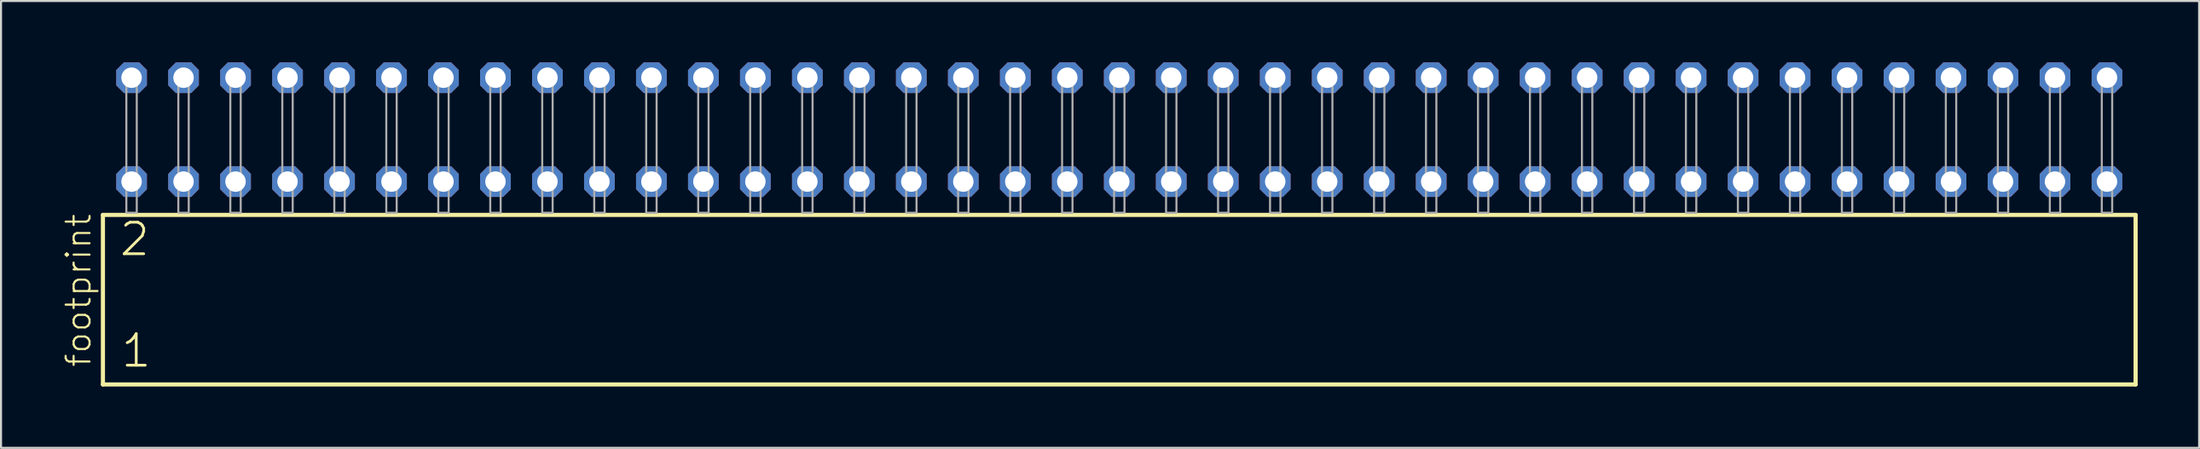
<source format=kicad_pcb>
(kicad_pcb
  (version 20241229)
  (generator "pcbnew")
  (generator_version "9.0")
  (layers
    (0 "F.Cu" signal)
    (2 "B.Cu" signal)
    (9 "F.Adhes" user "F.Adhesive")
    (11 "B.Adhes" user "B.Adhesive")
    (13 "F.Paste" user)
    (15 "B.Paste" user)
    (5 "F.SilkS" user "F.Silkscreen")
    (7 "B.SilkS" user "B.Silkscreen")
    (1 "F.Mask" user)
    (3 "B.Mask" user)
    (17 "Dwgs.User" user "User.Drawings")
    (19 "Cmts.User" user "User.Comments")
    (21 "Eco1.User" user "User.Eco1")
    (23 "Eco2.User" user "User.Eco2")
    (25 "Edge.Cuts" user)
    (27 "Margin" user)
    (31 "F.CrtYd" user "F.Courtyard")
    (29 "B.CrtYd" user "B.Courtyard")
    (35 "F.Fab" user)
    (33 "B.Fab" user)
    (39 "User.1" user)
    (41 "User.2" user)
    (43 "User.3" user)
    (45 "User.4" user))
  (footprint "footprint"
    (layer "F.Cu")
    (at 51.638 7.354)
    (property "Reference" "footprint" (at -50.165 7.62 90) (layer "F.SilkS") (effects (font (size 1.168 1.168) (thickness 0.102)) (justify left bottom)))
    (fp_line (start -49.659 0.106) (end -49.659 8.396) (stroke (width 0.203) (type solid)) (layer "F.SilkS"))
    (fp_line (start -49.659 8.396) (end 49.659 8.396) (stroke (width 0.203) (type solid)) (layer "F.SilkS"))
    (fp_line (start 49.659 0.106) (end -49.659 0.106) (stroke (width 0.203) (type solid)) (layer "F.SilkS"))
    (fp_line (start 49.659 8.396) (end 49.659 0.106) (stroke (width 0.203) (type solid)) (layer "F.SilkS"))
    (fp_poly (pts (xy -48.514 0) (xy -48.006 0) (xy -48.006 -6.858) (xy -48.514 -6.858)) (stroke (width 0.1) (type solid)) (fill no) (layer "F.Fab"))
    (fp_poly (pts (xy -45.974 0) (xy -45.466 0) (xy -45.466 -6.858) (xy -45.974 -6.858)) (stroke (width 0.1) (type solid)) (fill no) (layer "F.Fab"))
    (fp_poly (pts (xy -43.434 0) (xy -42.926 0) (xy -42.926 -6.858) (xy -43.434 -6.858)) (stroke (width 0.1) (type solid)) (fill no) (layer "F.Fab"))
    (fp_poly (pts (xy -40.894 0) (xy -40.386 0) (xy -40.386 -6.858) (xy -40.894 -6.858)) (stroke (width 0.1) (type solid)) (fill no) (layer "F.Fab"))
    (fp_poly (pts (xy -38.354 0) (xy -37.846 0) (xy -37.846 -6.858) (xy -38.354 -6.858)) (stroke (width 0.1) (type solid)) (fill no) (layer "F.Fab"))
    (fp_poly (pts (xy -35.814 0) (xy -35.306 0) (xy -35.306 -6.858) (xy -35.814 -6.858)) (stroke (width 0.1) (type solid)) (fill no) (layer "F.Fab"))
    (fp_poly (pts (xy -33.274 0) (xy -32.766 0) (xy -32.766 -6.858) (xy -33.274 -6.858)) (stroke (width 0.1) (type solid)) (fill no) (layer "F.Fab"))
    (fp_poly (pts (xy -30.734 0) (xy -30.226 0) (xy -30.226 -6.858) (xy -30.734 -6.858)) (stroke (width 0.1) (type solid)) (fill no) (layer "F.Fab"))
    (fp_poly (pts (xy -28.194 0) (xy -27.686 0) (xy -27.686 -6.858) (xy -28.194 -6.858)) (stroke (width 0.1) (type solid)) (fill no) (layer "F.Fab"))
    (fp_poly (pts (xy -25.654 0) (xy -25.146 0) (xy -25.146 -6.858) (xy -25.654 -6.858)) (stroke (width 0.1) (type solid)) (fill no) (layer "F.Fab"))
    (fp_poly (pts (xy -23.114 0) (xy -22.606 0) (xy -22.606 -6.858) (xy -23.114 -6.858)) (stroke (width 0.1) (type solid)) (fill no) (layer "F.Fab"))
    (fp_poly (pts (xy -20.574 0) (xy -20.066 0) (xy -20.066 -6.858) (xy -20.574 -6.858)) (stroke (width 0.1) (type solid)) (fill no) (layer "F.Fab"))
    (fp_poly (pts (xy -18.034 0) (xy -17.526 0) (xy -17.526 -6.858) (xy -18.034 -6.858)) (stroke (width 0.1) (type solid)) (fill no) (layer "F.Fab"))
    (fp_poly (pts (xy -15.494 0) (xy -14.986 0) (xy -14.986 -6.858) (xy -15.494 -6.858)) (stroke (width 0.1) (type solid)) (fill no) (layer "F.Fab"))
    (fp_poly (pts (xy -12.954 0) (xy -12.446 0) (xy -12.446 -6.858) (xy -12.954 -6.858)) (stroke (width 0.1) (type solid)) (fill no) (layer "F.Fab"))
    (fp_poly (pts (xy -10.414 0) (xy -9.906 0) (xy -9.906 -6.858) (xy -10.414 -6.858)) (stroke (width 0.1) (type solid)) (fill no) (layer "F.Fab"))
    (fp_poly (pts (xy -7.874 0) (xy -7.366 0) (xy -7.366 -6.858) (xy -7.874 -6.858)) (stroke (width 0.1) (type solid)) (fill no) (layer "F.Fab"))
    (fp_poly (pts (xy -5.334 0) (xy -4.826 0) (xy -4.826 -6.858) (xy -5.334 -6.858)) (stroke (width 0.1) (type solid)) (fill no) (layer "F.Fab"))
    (fp_poly (pts (xy -2.794 0) (xy -2.286 0) (xy -2.286 -6.858) (xy -2.794 -6.858)) (stroke (width 0.1) (type solid)) (fill no) (layer "F.Fab"))
    (fp_poly (pts (xy -0.254 0) (xy 0.254 0) (xy 0.254 -6.858) (xy -0.254 -6.858)) (stroke (width 0.1) (type solid)) (fill no) (layer "F.Fab"))
    (fp_poly (pts (xy 2.286 0) (xy 2.794 0) (xy 2.794 -6.858) (xy 2.286 -6.858)) (stroke (width 0.1) (type solid)) (fill no) (layer "F.Fab"))
    (fp_poly (pts (xy 4.826 0) (xy 5.334 0) (xy 5.334 -6.858) (xy 4.826 -6.858)) (stroke (width 0.1) (type solid)) (fill no) (layer "F.Fab"))
    (fp_poly (pts (xy 7.366 0) (xy 7.874 0) (xy 7.874 -6.858) (xy 7.366 -6.858)) (stroke (width 0.1) (type solid)) (fill no) (layer "F.Fab"))
    (fp_poly (pts (xy 9.906 0) (xy 10.414 0) (xy 10.414 -6.858) (xy 9.906 -6.858)) (stroke (width 0.1) (type solid)) (fill no) (layer "F.Fab"))
    (fp_poly (pts (xy 12.446 0) (xy 12.954 0) (xy 12.954 -6.858) (xy 12.446 -6.858)) (stroke (width 0.1) (type solid)) (fill no) (layer "F.Fab"))
    (fp_poly (pts (xy 14.986 0) (xy 15.494 0) (xy 15.494 -6.858) (xy 14.986 -6.858)) (stroke (width 0.1) (type solid)) (fill no) (layer "F.Fab"))
    (fp_poly (pts (xy 17.526 0) (xy 18.034 0) (xy 18.034 -6.858) (xy 17.526 -6.858)) (stroke (width 0.1) (type solid)) (fill no) (layer "F.Fab"))
    (fp_poly (pts (xy 20.066 0) (xy 20.574 0) (xy 20.574 -6.858) (xy 20.066 -6.858)) (stroke (width 0.1) (type solid)) (fill no) (layer "F.Fab"))
    (fp_poly (pts (xy 22.606 0) (xy 23.114 0) (xy 23.114 -6.858) (xy 22.606 -6.858)) (stroke (width 0.1) (type solid)) (fill no) (layer "F.Fab"))
    (fp_poly (pts (xy 25.146 0) (xy 25.654 0) (xy 25.654 -6.858) (xy 25.146 -6.858)) (stroke (width 0.1) (type solid)) (fill no) (layer "F.Fab"))
    (fp_poly (pts (xy 27.686 0) (xy 28.194 0) (xy 28.194 -6.858) (xy 27.686 -6.858)) (stroke (width 0.1) (type solid)) (fill no) (layer "F.Fab"))
    (fp_poly (pts (xy 30.226 0) (xy 30.734 0) (xy 30.734 -6.858) (xy 30.226 -6.858)) (stroke (width 0.1) (type solid)) (fill no) (layer "F.Fab"))
    (fp_poly (pts (xy 32.766 0) (xy 33.274 0) (xy 33.274 -6.858) (xy 32.766 -6.858)) (stroke (width 0.1) (type solid)) (fill no) (layer "F.Fab"))
    (fp_poly (pts (xy 35.306 0) (xy 35.814 0) (xy 35.814 -6.858) (xy 35.306 -6.858)) (stroke (width 0.1) (type solid)) (fill no) (layer "F.Fab"))
    (fp_poly (pts (xy 37.846 0) (xy 38.354 0) (xy 38.354 -6.858) (xy 37.846 -6.858)) (stroke (width 0.1) (type solid)) (fill no) (layer "F.Fab"))
    (fp_poly (pts (xy 40.386 0) (xy 40.894 0) (xy 40.894 -6.858) (xy 40.386 -6.858)) (stroke (width 0.1) (type solid)) (fill no) (layer "F.Fab"))
    (fp_poly (pts (xy 42.926 0) (xy 43.434 0) (xy 43.434 -6.858) (xy 42.926 -6.858)) (stroke (width 0.1) (type solid)) (fill no) (layer "F.Fab"))
    (fp_poly (pts (xy 45.466 0) (xy 45.974 0) (xy 45.974 -6.858) (xy 45.466 -6.858)) (stroke (width 0.1) (type solid)) (fill no) (layer "F.Fab"))
    (fp_poly (pts (xy 48.006 0) (xy 48.514 0) (xy 48.514 -6.858) (xy 48.006 -6.858)) (stroke (width 0.1) (type solid)) (fill no) (layer "F.Fab"))
    (fp_text user "1" (at -48.855 7.65 0) (layer "F.SilkS") (effects (font (size 1.542 1.542) (thickness 0.134)) (justify left bottom)))
    (fp_text user "2" (at -48.93 2.2 0) (layer "F.SilkS") (effects (font (size 1.542 1.542) (thickness 0.134)) (justify left bottom)))
    (pad "1" thru_hole roundrect (at -48.26 -1.524) (size 1.5 1.5) (drill 1) (layers "*.Cu" "*.Mask") (roundrect_rratio 0.25) (chamfer_ratio 0.25) (chamfer top_left top_right bottom_left bottom_right))
    (pad "2" thru_hole roundrect (at -48.26 -6.604) (size 1.5 1.5) (drill 1) (layers "*.Cu" "*.Mask") (roundrect_rratio 0.25) (chamfer_ratio 0.25) (chamfer top_left top_right bottom_left bottom_right))
    (pad "3" thru_hole roundrect (at -45.72 -1.524) (size 1.5 1.5) (drill 1) (layers "*.Cu" "*.Mask") (roundrect_rratio 0.25) (chamfer_ratio 0.25) (chamfer top_left top_right bottom_left bottom_right))
    (pad "4" thru_hole roundrect (at -45.72 -6.604) (size 1.5 1.5) (drill 1) (layers "*.Cu" "*.Mask") (roundrect_rratio 0.25) (chamfer_ratio 0.25) (chamfer top_left top_right bottom_left bottom_right))
    (pad "5" thru_hole roundrect (at -43.18 -1.524) (size 1.5 1.5) (drill 1) (layers "*.Cu" "*.Mask") (roundrect_rratio 0.25) (chamfer_ratio 0.25) (chamfer top_left top_right bottom_left bottom_right))
    (pad "6" thru_hole roundrect (at -43.18 -6.604) (size 1.5 1.5) (drill 1) (layers "*.Cu" "*.Mask") (roundrect_rratio 0.25) (chamfer_ratio 0.25) (chamfer top_left top_right bottom_left bottom_right))
    (pad "7" thru_hole roundrect (at -40.64 -1.524) (size 1.5 1.5) (drill 1) (layers "*.Cu" "*.Mask") (roundrect_rratio 0.25) (chamfer_ratio 0.25) (chamfer top_left top_right bottom_left bottom_right))
    (pad "8" thru_hole roundrect (at -40.64 -6.604) (size 1.5 1.5) (drill 1) (layers "*.Cu" "*.Mask") (roundrect_rratio 0.25) (chamfer_ratio 0.25) (chamfer top_left top_right bottom_left bottom_right))
    (pad "9" thru_hole roundrect (at -38.1 -1.524) (size 1.5 1.5) (drill 1) (layers "*.Cu" "*.Mask") (roundrect_rratio 0.25) (chamfer_ratio 0.25) (chamfer top_left top_right bottom_left bottom_right))
    (pad "10" thru_hole roundrect (at -38.1 -6.604) (size 1.5 1.5) (drill 1) (layers "*.Cu" "*.Mask") (roundrect_rratio 0.25) (chamfer_ratio 0.25) (chamfer top_left top_right bottom_left bottom_right))
    (pad "11" thru_hole roundrect (at -35.56 -1.524) (size 1.5 1.5) (drill 1) (layers "*.Cu" "*.Mask") (roundrect_rratio 0.25) (chamfer_ratio 0.25) (chamfer top_left top_right bottom_left bottom_right))
    (pad "12" thru_hole roundrect (at -35.56 -6.604) (size 1.5 1.5) (drill 1) (layers "*.Cu" "*.Mask") (roundrect_rratio 0.25) (chamfer_ratio 0.25) (chamfer top_left top_right bottom_left bottom_right))
    (pad "13" thru_hole roundrect (at -33.02 -1.524) (size 1.5 1.5) (drill 1) (layers "*.Cu" "*.Mask") (roundrect_rratio 0.25) (chamfer_ratio 0.25) (chamfer top_left top_right bottom_left bottom_right))
    (pad "14" thru_hole roundrect (at -33.02 -6.604) (size 1.5 1.5) (drill 1) (layers "*.Cu" "*.Mask") (roundrect_rratio 0.25) (chamfer_ratio 0.25) (chamfer top_left top_right bottom_left bottom_right))
    (pad "15" thru_hole roundrect (at -30.48 -1.524) (size 1.5 1.5) (drill 1) (layers "*.Cu" "*.Mask") (roundrect_rratio 0.25) (chamfer_ratio 0.25) (chamfer top_left top_right bottom_left bottom_right))
    (pad "16" thru_hole roundrect (at -30.48 -6.604) (size 1.5 1.5) (drill 1) (layers "*.Cu" "*.Mask") (roundrect_rratio 0.25) (chamfer_ratio 0.25) (chamfer top_left top_right bottom_left bottom_right))
    (pad "17" thru_hole roundrect (at -27.94 -1.524) (size 1.5 1.5) (drill 1) (layers "*.Cu" "*.Mask") (roundrect_rratio 0.25) (chamfer_ratio 0.25) (chamfer top_left top_right bottom_left bottom_right))
    (pad "18" thru_hole roundrect (at -27.94 -6.604) (size 1.5 1.5) (drill 1) (layers "*.Cu" "*.Mask") (roundrect_rratio 0.25) (chamfer_ratio 0.25) (chamfer top_left top_right bottom_left bottom_right))
    (pad "19" thru_hole roundrect (at -25.4 -1.524) (size 1.5 1.5) (drill 1) (layers "*.Cu" "*.Mask") (roundrect_rratio 0.25) (chamfer_ratio 0.25) (chamfer top_left top_right bottom_left bottom_right))
    (pad "20" thru_hole roundrect (at -25.4 -6.604) (size 1.5 1.5) (drill 1) (layers "*.Cu" "*.Mask") (roundrect_rratio 0.25) (chamfer_ratio 0.25) (chamfer top_left top_right bottom_left bottom_right))
    (pad "21" thru_hole roundrect (at -22.86 -1.524) (size 1.5 1.5) (drill 1) (layers "*.Cu" "*.Mask") (roundrect_rratio 0.25) (chamfer_ratio 0.25) (chamfer top_left top_right bottom_left bottom_right))
    (pad "22" thru_hole roundrect (at -22.86 -6.604) (size 1.5 1.5) (drill 1) (layers "*.Cu" "*.Mask") (roundrect_rratio 0.25) (chamfer_ratio 0.25) (chamfer top_left top_right bottom_left bottom_right))
    (pad "23" thru_hole roundrect (at -20.32 -1.524) (size 1.5 1.5) (drill 1) (layers "*.Cu" "*.Mask") (roundrect_rratio 0.25) (chamfer_ratio 0.25) (chamfer top_left top_right bottom_left bottom_right))
    (pad "24" thru_hole roundrect (at -20.32 -6.604) (size 1.5 1.5) (drill 1) (layers "*.Cu" "*.Mask") (roundrect_rratio 0.25) (chamfer_ratio 0.25) (chamfer top_left top_right bottom_left bottom_right))
    (pad "25" thru_hole roundrect (at -17.78 -1.524) (size 1.5 1.5) (drill 1) (layers "*.Cu" "*.Mask") (roundrect_rratio 0.25) (chamfer_ratio 0.25) (chamfer top_left top_right bottom_left bottom_right))
    (pad "26" thru_hole roundrect (at -17.78 -6.604) (size 1.5 1.5) (drill 1) (layers "*.Cu" "*.Mask") (roundrect_rratio 0.25) (chamfer_ratio 0.25) (chamfer top_left top_right bottom_left bottom_right))
    (pad "27" thru_hole roundrect (at -15.24 -1.524) (size 1.5 1.5) (drill 1) (layers "*.Cu" "*.Mask") (roundrect_rratio 0.25) (chamfer_ratio 0.25) (chamfer top_left top_right bottom_left bottom_right))
    (pad "28" thru_hole roundrect (at -15.24 -6.604) (size 1.5 1.5) (drill 1) (layers "*.Cu" "*.Mask") (roundrect_rratio 0.25) (chamfer_ratio 0.25) (chamfer top_left top_right bottom_left bottom_right))
    (pad "29" thru_hole roundrect (at -12.7 -1.524) (size 1.5 1.5) (drill 1) (layers "*.Cu" "*.Mask") (roundrect_rratio 0.25) (chamfer_ratio 0.25) (chamfer top_left top_right bottom_left bottom_right))
    (pad "30" thru_hole roundrect (at -12.7 -6.604) (size 1.5 1.5) (drill 1) (layers "*.Cu" "*.Mask") (roundrect_rratio 0.25) (chamfer_ratio 0.25) (chamfer top_left top_right bottom_left bottom_right))
    (pad "31" thru_hole roundrect (at -10.16 -1.524) (size 1.5 1.5) (drill 1) (layers "*.Cu" "*.Mask") (roundrect_rratio 0.25) (chamfer_ratio 0.25) (chamfer top_left top_right bottom_left bottom_right))
    (pad "32" thru_hole roundrect (at -10.16 -6.604) (size 1.5 1.5) (drill 1) (layers "*.Cu" "*.Mask") (roundrect_rratio 0.25) (chamfer_ratio 0.25) (chamfer top_left top_right bottom_left bottom_right))
    (pad "33" thru_hole roundrect (at -7.62 -1.524) (size 1.5 1.5) (drill 1) (layers "*.Cu" "*.Mask") (roundrect_rratio 0.25) (chamfer_ratio 0.25) (chamfer top_left top_right bottom_left bottom_right))
    (pad "34" thru_hole roundrect (at -7.62 -6.604) (size 1.5 1.5) (drill 1) (layers "*.Cu" "*.Mask") (roundrect_rratio 0.25) (chamfer_ratio 0.25) (chamfer top_left top_right bottom_left bottom_right))
    (pad "35" thru_hole roundrect (at -5.08 -1.524) (size 1.5 1.5) (drill 1) (layers "*.Cu" "*.Mask") (roundrect_rratio 0.25) (chamfer_ratio 0.25) (chamfer top_left top_right bottom_left bottom_right))
    (pad "36" thru_hole roundrect (at -5.08 -6.604) (size 1.5 1.5) (drill 1) (layers "*.Cu" "*.Mask") (roundrect_rratio 0.25) (chamfer_ratio 0.25) (chamfer top_left top_right bottom_left bottom_right))
    (pad "37" thru_hole roundrect (at -2.54 -1.524) (size 1.5 1.5) (drill 1) (layers "*.Cu" "*.Mask") (roundrect_rratio 0.25) (chamfer_ratio 0.25) (chamfer top_left top_right bottom_left bottom_right))
    (pad "38" thru_hole roundrect (at -2.54 -6.604) (size 1.5 1.5) (drill 1) (layers "*.Cu" "*.Mask") (roundrect_rratio 0.25) (chamfer_ratio 0.25) (chamfer top_left top_right bottom_left bottom_right))
    (pad "39" thru_hole roundrect (at 0 -1.524) (size 1.5 1.5) (drill 1) (layers "*.Cu" "*.Mask") (roundrect_rratio 0.25) (chamfer_ratio 0.25) (chamfer top_left top_right bottom_left bottom_right))
    (pad "40" thru_hole roundrect (at 0 -6.604) (size 1.5 1.5) (drill 1) (layers "*.Cu" "*.Mask") (roundrect_rratio 0.25) (chamfer_ratio 0.25) (chamfer top_left top_right bottom_left bottom_right))
    (pad "41" thru_hole roundrect (at 2.54 -1.524) (size 1.5 1.5) (drill 1) (layers "*.Cu" "*.Mask") (roundrect_rratio 0.25) (chamfer_ratio 0.25) (chamfer top_left top_right bottom_left bottom_right))
    (pad "42" thru_hole roundrect (at 2.54 -6.604) (size 1.5 1.5) (drill 1) (layers "*.Cu" "*.Mask") (roundrect_rratio 0.25) (chamfer_ratio 0.25) (chamfer top_left top_right bottom_left bottom_right))
    (pad "43" thru_hole roundrect (at 5.08 -1.524) (size 1.5 1.5) (drill 1) (layers "*.Cu" "*.Mask") (roundrect_rratio 0.25) (chamfer_ratio 0.25) (chamfer top_left top_right bottom_left bottom_right))
    (pad "44" thru_hole roundrect (at 5.08 -6.604) (size 1.5 1.5) (drill 1) (layers "*.Cu" "*.Mask") (roundrect_rratio 0.25) (chamfer_ratio 0.25) (chamfer top_left top_right bottom_left bottom_right))
    (pad "45" thru_hole roundrect (at 7.62 -1.524) (size 1.5 1.5) (drill 1) (layers "*.Cu" "*.Mask") (roundrect_rratio 0.25) (chamfer_ratio 0.25) (chamfer top_left top_right bottom_left bottom_right))
    (pad "46" thru_hole roundrect (at 7.62 -6.604) (size 1.5 1.5) (drill 1) (layers "*.Cu" "*.Mask") (roundrect_rratio 0.25) (chamfer_ratio 0.25) (chamfer top_left top_right bottom_left bottom_right))
    (pad "47" thru_hole roundrect (at 10.16 -1.524) (size 1.5 1.5) (drill 1) (layers "*.Cu" "*.Mask") (roundrect_rratio 0.25) (chamfer_ratio 0.25) (chamfer top_left top_right bottom_left bottom_right))
    (pad "48" thru_hole roundrect (at 10.16 -6.604) (size 1.5 1.5) (drill 1) (layers "*.Cu" "*.Mask") (roundrect_rratio 0.25) (chamfer_ratio 0.25) (chamfer top_left top_right bottom_left bottom_right))
    (pad "49" thru_hole roundrect (at 12.7 -1.524) (size 1.5 1.5) (drill 1) (layers "*.Cu" "*.Mask") (roundrect_rratio 0.25) (chamfer_ratio 0.25) (chamfer top_left top_right bottom_left bottom_right))
    (pad "50" thru_hole roundrect (at 12.7 -6.604) (size 1.5 1.5) (drill 1) (layers "*.Cu" "*.Mask") (roundrect_rratio 0.25) (chamfer_ratio 0.25) (chamfer top_left top_right bottom_left bottom_right))
    (pad "51" thru_hole roundrect (at 15.24 -1.524) (size 1.5 1.5) (drill 1) (layers "*.Cu" "*.Mask") (roundrect_rratio 0.25) (chamfer_ratio 0.25) (chamfer top_left top_right bottom_left bottom_right))
    (pad "52" thru_hole roundrect (at 15.24 -6.604) (size 1.5 1.5) (drill 1) (layers "*.Cu" "*.Mask") (roundrect_rratio 0.25) (chamfer_ratio 0.25) (chamfer top_left top_right bottom_left bottom_right))
    (pad "53" thru_hole roundrect (at 17.78 -1.524) (size 1.5 1.5) (drill 1) (layers "*.Cu" "*.Mask") (roundrect_rratio 0.25) (chamfer_ratio 0.25) (chamfer top_left top_right bottom_left bottom_right))
    (pad "54" thru_hole roundrect (at 17.78 -6.604) (size 1.5 1.5) (drill 1) (layers "*.Cu" "*.Mask") (roundrect_rratio 0.25) (chamfer_ratio 0.25) (chamfer top_left top_right bottom_left bottom_right))
    (pad "55" thru_hole roundrect (at 20.32 -1.524) (size 1.5 1.5) (drill 1) (layers "*.Cu" "*.Mask") (roundrect_rratio 0.25) (chamfer_ratio 0.25) (chamfer top_left top_right bottom_left bottom_right))
    (pad "56" thru_hole roundrect (at 20.32 -6.604) (size 1.5 1.5) (drill 1) (layers "*.Cu" "*.Mask") (roundrect_rratio 0.25) (chamfer_ratio 0.25) (chamfer top_left top_right bottom_left bottom_right))
    (pad "57" thru_hole roundrect (at 22.86 -1.524) (size 1.5 1.5) (drill 1) (layers "*.Cu" "*.Mask") (roundrect_rratio 0.25) (chamfer_ratio 0.25) (chamfer top_left top_right bottom_left bottom_right))
    (pad "58" thru_hole roundrect (at 22.86 -6.604) (size 1.5 1.5) (drill 1) (layers "*.Cu" "*.Mask") (roundrect_rratio 0.25) (chamfer_ratio 0.25) (chamfer top_left top_right bottom_left bottom_right))
    (pad "59" thru_hole roundrect (at 25.4 -1.524) (size 1.5 1.5) (drill 1) (layers "*.Cu" "*.Mask") (roundrect_rratio 0.25) (chamfer_ratio 0.25) (chamfer top_left top_right bottom_left bottom_right))
    (pad "60" thru_hole roundrect (at 25.4 -6.604) (size 1.5 1.5) (drill 1) (layers "*.Cu" "*.Mask") (roundrect_rratio 0.25) (chamfer_ratio 0.25) (chamfer top_left top_right bottom_left bottom_right))
    (pad "61" thru_hole roundrect (at 27.94 -1.524) (size 1.5 1.5) (drill 1) (layers "*.Cu" "*.Mask") (roundrect_rratio 0.25) (chamfer_ratio 0.25) (chamfer top_left top_right bottom_left bottom_right))
    (pad "62" thru_hole roundrect (at 27.94 -6.604) (size 1.5 1.5) (drill 1) (layers "*.Cu" "*.Mask") (roundrect_rratio 0.25) (chamfer_ratio 0.25) (chamfer top_left top_right bottom_left bottom_right))
    (pad "63" thru_hole roundrect (at 30.48 -1.524) (size 1.5 1.5) (drill 1) (layers "*.Cu" "*.Mask") (roundrect_rratio 0.25) (chamfer_ratio 0.25) (chamfer top_left top_right bottom_left bottom_right))
    (pad "64" thru_hole roundrect (at 30.48 -6.604) (size 1.5 1.5) (drill 1) (layers "*.Cu" "*.Mask") (roundrect_rratio 0.25) (chamfer_ratio 0.25) (chamfer top_left top_right bottom_left bottom_right))
    (pad "65" thru_hole roundrect (at 33.02 -1.524) (size 1.5 1.5) (drill 1) (layers "*.Cu" "*.Mask") (roundrect_rratio 0.25) (chamfer_ratio 0.25) (chamfer top_left top_right bottom_left bottom_right))
    (pad "66" thru_hole roundrect (at 33.02 -6.604) (size 1.5 1.5) (drill 1) (layers "*.Cu" "*.Mask") (roundrect_rratio 0.25) (chamfer_ratio 0.25) (chamfer top_left top_right bottom_left bottom_right))
    (pad "67" thru_hole roundrect (at 35.56 -1.524) (size 1.5 1.5) (drill 1) (layers "*.Cu" "*.Mask") (roundrect_rratio 0.25) (chamfer_ratio 0.25) (chamfer top_left top_right bottom_left bottom_right))
    (pad "68" thru_hole roundrect (at 35.56 -6.604) (size 1.5 1.5) (drill 1) (layers "*.Cu" "*.Mask") (roundrect_rratio 0.25) (chamfer_ratio 0.25) (chamfer top_left top_right bottom_left bottom_right))
    (pad "69" thru_hole roundrect (at 38.1 -1.524) (size 1.5 1.5) (drill 1) (layers "*.Cu" "*.Mask") (roundrect_rratio 0.25) (chamfer_ratio 0.25) (chamfer top_left top_right bottom_left bottom_right))
    (pad "70" thru_hole roundrect (at 38.1 -6.604) (size 1.5 1.5) (drill 1) (layers "*.Cu" "*.Mask") (roundrect_rratio 0.25) (chamfer_ratio 0.25) (chamfer top_left top_right bottom_left bottom_right))
    (pad "71" thru_hole roundrect (at 40.64 -1.524) (size 1.5 1.5) (drill 1) (layers "*.Cu" "*.Mask") (roundrect_rratio 0.25) (chamfer_ratio 0.25) (chamfer top_left top_right bottom_left bottom_right))
    (pad "72" thru_hole roundrect (at 40.64 -6.604) (size 1.5 1.5) (drill 1) (layers "*.Cu" "*.Mask") (roundrect_rratio 0.25) (chamfer_ratio 0.25) (chamfer top_left top_right bottom_left bottom_right))
    (pad "73" thru_hole roundrect (at 43.18 -1.524) (size 1.5 1.5) (drill 1) (layers "*.Cu" "*.Mask") (roundrect_rratio 0.25) (chamfer_ratio 0.25) (chamfer top_left top_right bottom_left bottom_right))
    (pad "74" thru_hole roundrect (at 43.18 -6.604) (size 1.5 1.5) (drill 1) (layers "*.Cu" "*.Mask") (roundrect_rratio 0.25) (chamfer_ratio 0.25) (chamfer top_left top_right bottom_left bottom_right))
    (pad "75" thru_hole roundrect (at 45.72 -1.524) (size 1.5 1.5) (drill 1) (layers "*.Cu" "*.Mask") (roundrect_rratio 0.25) (chamfer_ratio 0.25) (chamfer top_left top_right bottom_left bottom_right))
    (pad "76" thru_hole roundrect (at 45.72 -6.604) (size 1.5 1.5) (drill 1) (layers "*.Cu" "*.Mask") (roundrect_rratio 0.25) (chamfer_ratio 0.25) (chamfer top_left top_right bottom_left bottom_right))
    (pad "77" thru_hole roundrect (at 48.26 -1.524) (size 1.5 1.5) (drill 1) (layers "*.Cu" "*.Mask") (roundrect_rratio 0.25) (chamfer_ratio 0.25) (chamfer top_left top_right bottom_left bottom_right))
    (pad "78" thru_hole roundrect (at 48.26 -6.604) (size 1.5 1.5) (drill 1) (layers "*.Cu" "*.Mask") (roundrect_rratio 0.25) (chamfer_ratio 0.25) (chamfer top_left top_right bottom_left bottom_right)))
  (gr_rect
    (start -3 -3)
    (end 104.399 18.852)
    (stroke (width 0.1) (type default))
    (fill no)
    (layer "Edge.Cuts")))
</source>
